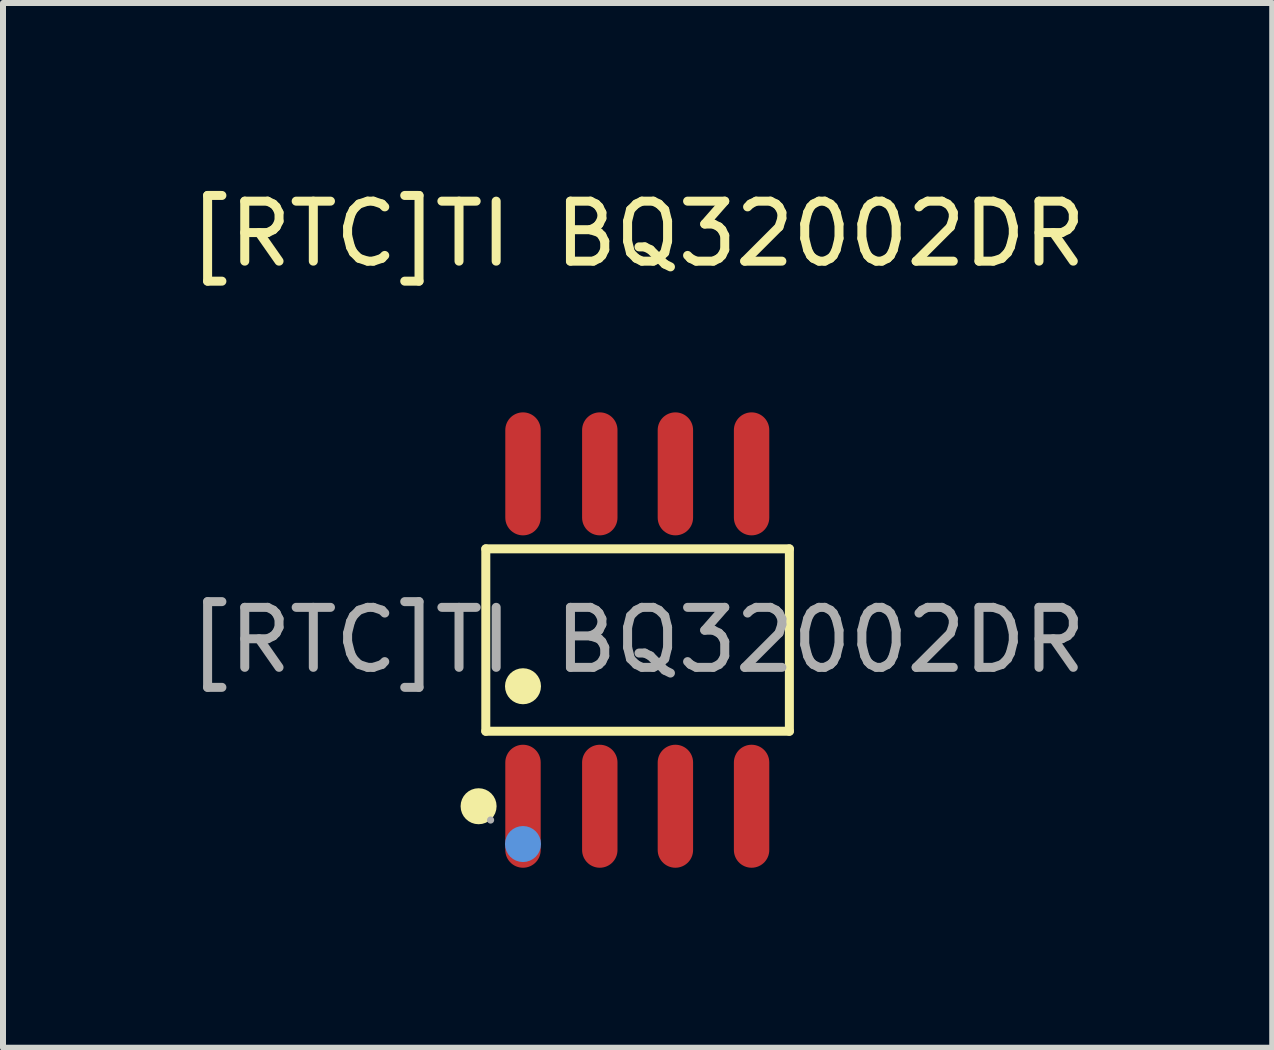
<source format=kicad_pcb>
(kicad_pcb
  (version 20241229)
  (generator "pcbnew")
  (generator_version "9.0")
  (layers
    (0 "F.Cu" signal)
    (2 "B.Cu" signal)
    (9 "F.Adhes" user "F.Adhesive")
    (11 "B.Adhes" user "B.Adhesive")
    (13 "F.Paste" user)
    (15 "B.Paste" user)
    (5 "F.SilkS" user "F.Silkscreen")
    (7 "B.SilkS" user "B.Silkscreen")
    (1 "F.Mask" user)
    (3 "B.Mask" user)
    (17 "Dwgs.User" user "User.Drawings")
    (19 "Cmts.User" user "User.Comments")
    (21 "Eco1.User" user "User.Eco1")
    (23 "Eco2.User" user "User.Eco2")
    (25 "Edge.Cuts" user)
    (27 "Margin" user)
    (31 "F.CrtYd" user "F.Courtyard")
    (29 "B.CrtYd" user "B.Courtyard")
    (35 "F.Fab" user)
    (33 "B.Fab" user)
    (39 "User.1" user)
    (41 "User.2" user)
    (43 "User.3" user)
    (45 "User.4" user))
  (footprint "[RTC]TI BQ32002DR"
    (layer "F.Cu")
    (at 7.577 7.618)
    (property "Reference" "[RTC]TI BQ32002DR" (at 0 -6.77 0) (layer "F.SilkS") (effects (font (size 1 1) (thickness 0.15))))
    (attr smd)
    (fp_line (start -2.53 -1.52) (end 2.53 -1.52) (stroke (width 0.15) (type solid)) (layer "F.SilkS"))
    (fp_line (start -2.53 1.52) (end -2.53 -1.52) (stroke (width 0.15) (type solid)) (layer "F.SilkS"))
    (fp_line (start 2.53 -1.52) (end 2.53 1.52) (stroke (width 0.15) (type solid)) (layer "F.SilkS"))
    (fp_line (start 2.53 1.52) (end -2.53 1.52) (stroke (width 0.15) (type solid)) (layer "F.SilkS"))
    (fp_circle (center -2.65 2.77) (end -2.5 2.77) (stroke (width 0.3) (type solid)) (fill no) (layer "F.SilkS"))
    (fp_circle (center -1.91 0.77) (end -1.76 0.77) (stroke (width 0.3) (type solid)) (fill no) (layer "F.SilkS"))
    (fp_circle (center -1.91 3.4) (end -1.76 3.4) (stroke (width 0.3) (type solid)) (fill no) (layer "Cmts.User"))
    (fp_circle (center -2.45 3) (end -2.42 3) (stroke (width 0.06) (type solid)) (fill no) (layer "F.Fab"))
    (fp_text user "${REFERENCE}" (at 0 0 0) (layer "F.Fab") (effects (font (size 1 1) (thickness 0.15))))
    (pad "1" smd oval (at -1.91 2.77) (size 0.59 2.05) (layers "F.Cu" "F.Mask" "F.Paste"))
    (pad "2" smd oval (at -0.63 2.77) (size 0.59 2.05) (layers "F.Cu" "F.Mask" "F.Paste"))
    (pad "3" smd oval (at 0.63 2.77) (size 0.59 2.05) (layers "F.Cu" "F.Mask" "F.Paste"))
    (pad "4" smd oval (at 1.9 2.77) (size 0.59 2.05) (layers "F.Cu" "F.Mask" "F.Paste"))
    (pad "5" smd oval (at 1.9 -2.77) (size 0.59 2.05) (layers "F.Cu" "F.Mask" "F.Paste"))
    (pad "6" smd oval (at 0.63 -2.77) (size 0.59 2.05) (layers "F.Cu" "F.Mask" "F.Paste"))
    (pad "7" smd oval (at -0.63 -2.77) (size 0.59 2.05) (layers "F.Cu" "F.Mask" "F.Paste"))
    (pad "8" smd oval (at -1.91 -2.77) (size 0.59 2.05) (layers "F.Cu" "F.Mask" "F.Paste")))
  (gr_rect
    (start -3 -3)
    (end 18.155 14.413)
    (stroke (width 0.1) (type default))
    (fill no)
    (layer "Edge.Cuts")))
</source>
